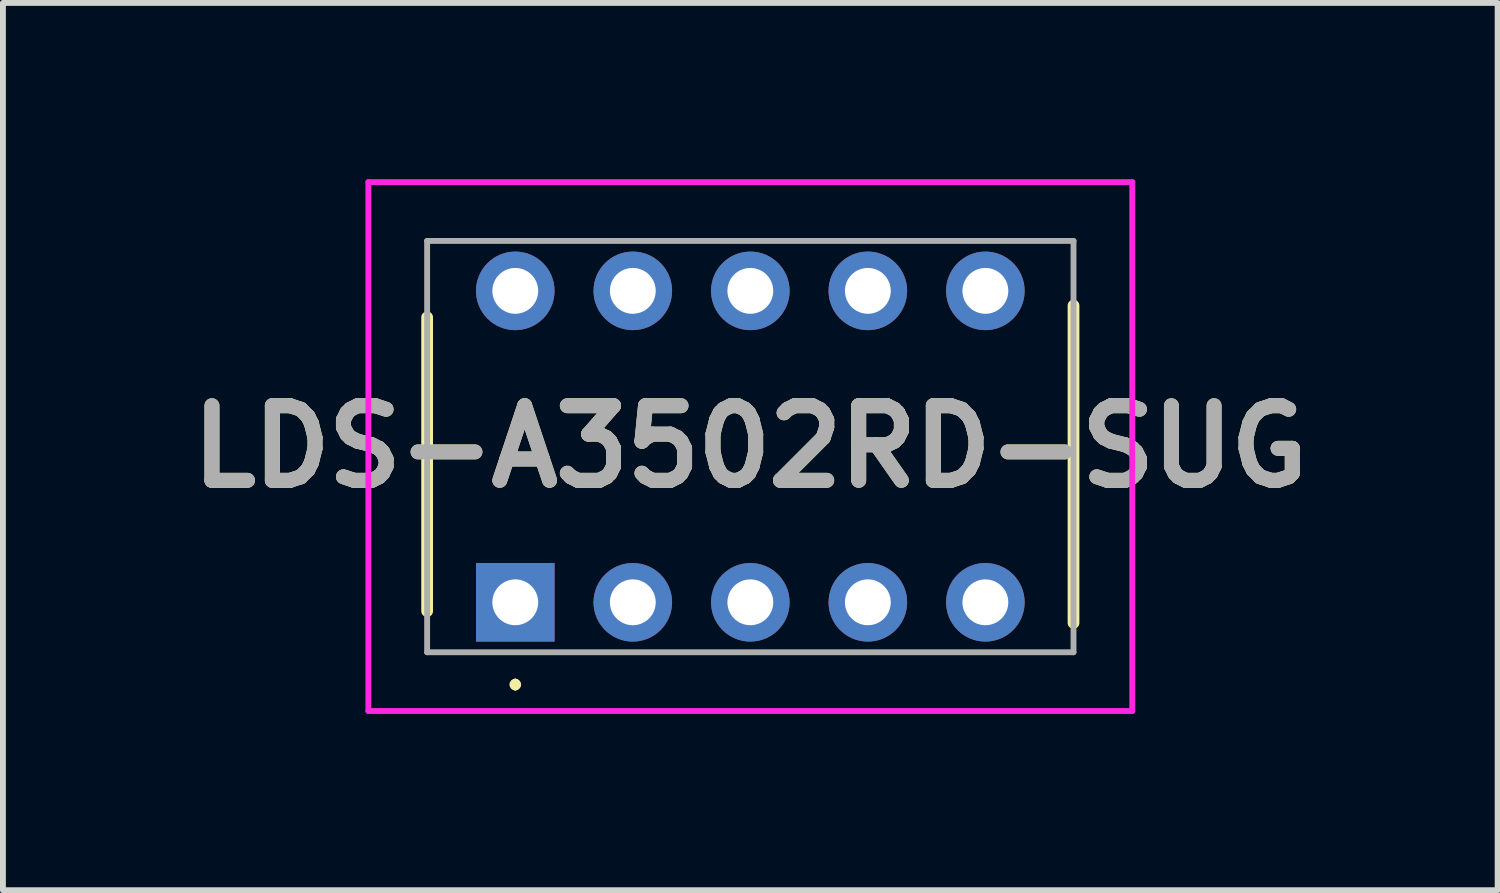
<source format=kicad_pcb>
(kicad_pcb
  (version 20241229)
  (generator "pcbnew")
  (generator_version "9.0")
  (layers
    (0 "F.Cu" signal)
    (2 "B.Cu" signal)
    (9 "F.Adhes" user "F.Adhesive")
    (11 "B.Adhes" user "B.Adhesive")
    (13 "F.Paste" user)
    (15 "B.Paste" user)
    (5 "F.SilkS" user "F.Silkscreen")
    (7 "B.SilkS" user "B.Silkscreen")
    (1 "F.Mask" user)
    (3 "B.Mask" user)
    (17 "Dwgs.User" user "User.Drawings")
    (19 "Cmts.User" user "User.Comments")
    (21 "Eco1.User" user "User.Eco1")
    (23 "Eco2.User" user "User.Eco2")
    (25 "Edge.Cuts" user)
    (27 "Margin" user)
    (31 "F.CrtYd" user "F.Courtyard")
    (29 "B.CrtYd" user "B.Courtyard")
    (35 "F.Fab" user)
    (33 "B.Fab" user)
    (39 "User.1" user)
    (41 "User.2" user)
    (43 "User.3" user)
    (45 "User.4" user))
  (footprint "LDS-A3502RD-SUG"
    (layer "F.Cu")
    (at 5.719 7.2)
    (property "Reference" "LDS-A3502RD-SUG" (at 4 -2.65 0) (layer "F.SilkS") (effects (font (size 1.27 1.27) (thickness 0.254))))
    (attr through_hole)
    (fp_line (start -1.5 0.15) (end -1.5 -4.85) (stroke (width 0.2) (type solid)) (layer "F.SilkS"))
    (fp_line (start 0 1.35) (end 0 1.35) (stroke (width 0.1) (type solid)) (layer "F.SilkS"))
    (fp_line (start 0 1.45) (end 0 1.45) (stroke (width 0.1) (type solid)) (layer "F.SilkS"))
    (fp_line (start 9.5 -5.05) (end 9.5 0.35) (stroke (width 0.2) (type solid)) (layer "F.SilkS"))
    (fp_arc (start 0 1.35) (mid 0.05 1.4) (end 0 1.45) (stroke (width 0.1) (type solid)) (layer "F.SilkS"))
    (fp_arc (start 0 1.45) (mid -0.05 1.4) (end 0 1.35) (stroke (width 0.1) (type solid)) (layer "F.SilkS"))
    (fp_line (start -2.5 -7.15) (end 10.5 -7.15) (stroke (width 0.1) (type solid)) (layer "F.CrtYd"))
    (fp_line (start -2.5 1.85) (end -2.5 -7.15) (stroke (width 0.1) (type solid)) (layer "F.CrtYd"))
    (fp_line (start 10.5 -7.15) (end 10.5 1.85) (stroke (width 0.1) (type solid)) (layer "F.CrtYd"))
    (fp_line (start 10.5 1.85) (end -2.5 1.85) (stroke (width 0.1) (type solid)) (layer "F.CrtYd"))
    (fp_line (start -1.5 -6.15) (end -1.5 0.85) (stroke (width 0.1) (type solid)) (layer "F.Fab"))
    (fp_line (start -1.5 0.85) (end 9.5 0.85) (stroke (width 0.1) (type solid)) (layer "F.Fab"))
    (fp_line (start 9.5 -6.15) (end -1.5 -6.15) (stroke (width 0.1) (type solid)) (layer "F.Fab"))
    (fp_line (start 9.5 0.85) (end 9.5 -6.15) (stroke (width 0.1) (type solid)) (layer "F.Fab"))
    (fp_text user "${REFERENCE}" (at 4 -2.65 0) (layer "F.Fab") (effects (font (size 1.27 1.27) (thickness 0.254))))
    (pad "1" thru_hole rect (at 0 0) (size 1.337 1.337) (drill 0.78) (layers "*.Cu" "*.Mask"))
    (pad "2" thru_hole circle (at 2 0) (size 1.337 1.337) (drill 0.78) (layers "*.Cu" "*.Mask"))
    (pad "3" thru_hole circle (at 4 0) (size 1.337 1.337) (drill 0.78) (layers "*.Cu" "*.Mask"))
    (pad "4" thru_hole circle (at 6 0) (size 1.337 1.337) (drill 0.78) (layers "*.Cu" "*.Mask"))
    (pad "5" thru_hole circle (at 8 0) (size 1.337 1.337) (drill 0.78) (layers "*.Cu" "*.Mask"))
    (pad "6" thru_hole circle (at 8 -5.3) (size 1.337 1.337) (drill 0.78) (layers "*.Cu" "*.Mask"))
    (pad "7" thru_hole circle (at 6 -5.3) (size 1.337 1.337) (drill 0.78) (layers "*.Cu" "*.Mask"))
    (pad "8" thru_hole circle (at 4 -5.3) (size 1.337 1.337) (drill 0.78) (layers "*.Cu" "*.Mask"))
    (pad "9" thru_hole circle (at 2 -5.3) (size 1.337 1.337) (drill 0.78) (layers "*.Cu" "*.Mask"))
    (pad "10" thru_hole circle (at 0 -5.3) (size 1.337 1.337) (drill 0.78) (layers "*.Cu" "*.Mask")))
  (gr_rect
    (start -3 -3)
    (end 22.437 12.1)
    (stroke (width 0.1) (type default))
    (fill no)
    (layer "Edge.Cuts")))
</source>
